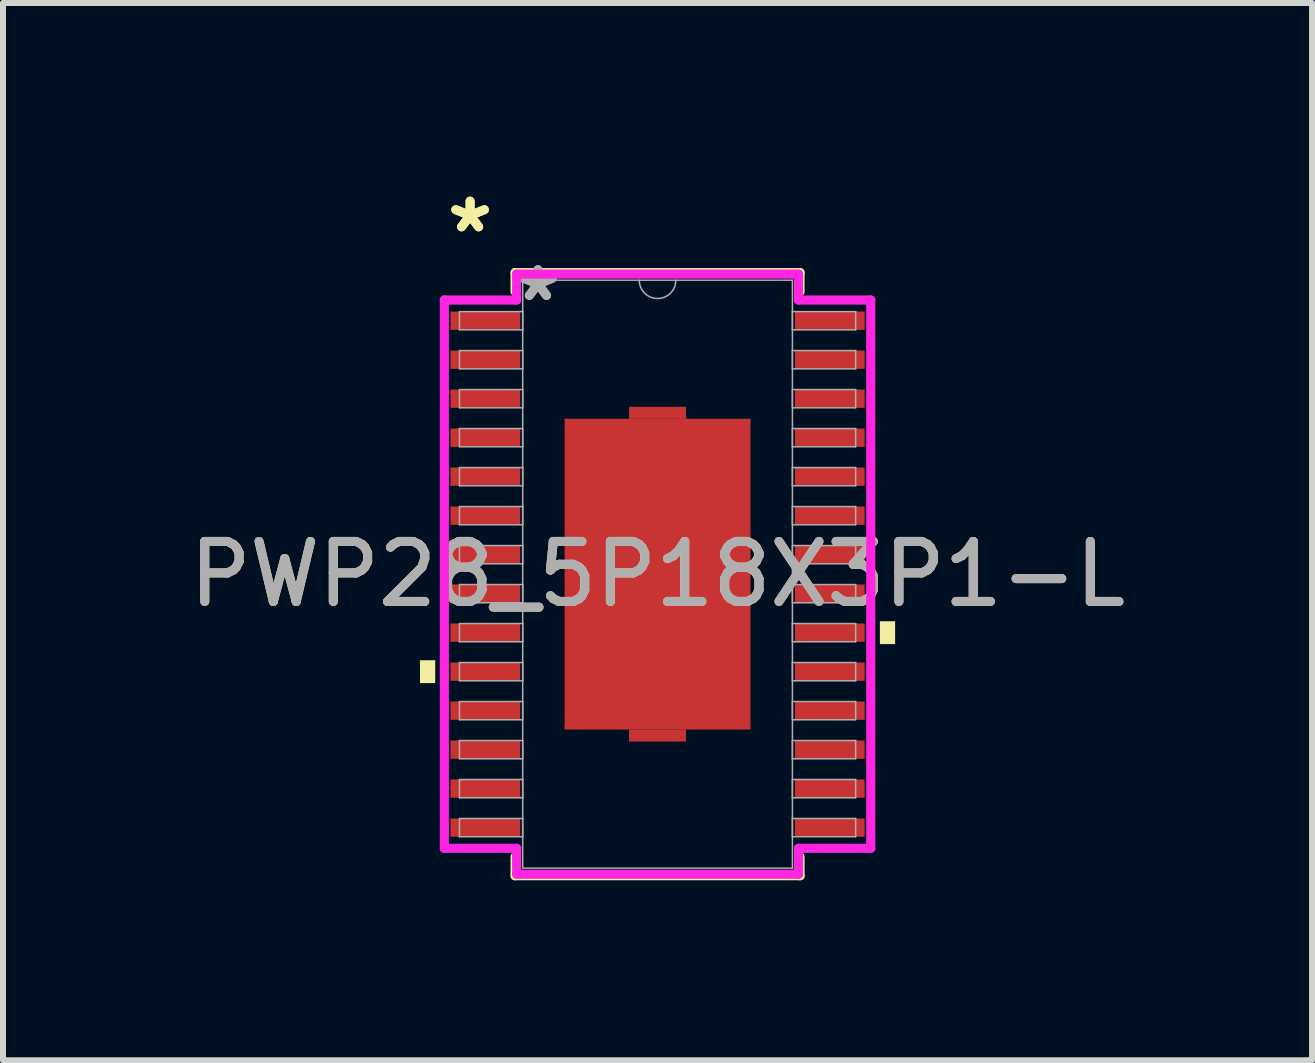
<source format=kicad_pcb>
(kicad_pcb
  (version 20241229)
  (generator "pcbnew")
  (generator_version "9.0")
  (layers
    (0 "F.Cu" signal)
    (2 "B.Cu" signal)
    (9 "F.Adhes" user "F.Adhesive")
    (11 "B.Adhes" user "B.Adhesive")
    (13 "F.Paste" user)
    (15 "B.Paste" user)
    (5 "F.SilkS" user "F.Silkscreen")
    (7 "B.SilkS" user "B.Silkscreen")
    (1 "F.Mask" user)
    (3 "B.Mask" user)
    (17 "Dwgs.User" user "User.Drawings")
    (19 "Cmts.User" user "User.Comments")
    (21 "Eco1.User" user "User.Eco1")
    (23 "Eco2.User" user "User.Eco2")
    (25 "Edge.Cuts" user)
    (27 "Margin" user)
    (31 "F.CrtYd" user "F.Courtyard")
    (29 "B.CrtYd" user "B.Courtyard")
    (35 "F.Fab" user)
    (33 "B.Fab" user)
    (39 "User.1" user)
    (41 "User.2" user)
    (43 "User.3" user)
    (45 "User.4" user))
  (footprint "PWP28_5P18X3P1-L"
    (layer "F.Cu")
    (at 7.911 6.521)
    (property "Reference" "PWP28_5P18X3P1-L" (at 0 0 0) (unlocked yes) (layer "F.SilkS") (effects (font (size 1 1) (thickness 0.15))))
    (attr smd)
    (fp_poly (pts (xy -0.475 -2.59) (xy -0.475 -2.79) (xy 0.475 -2.79) (xy 0.475 -2.59)) (stroke (width 0) (type solid)) (fill yes) (layer "F.Cu"))
    (fp_poly (pts (xy -0.475 2.59) (xy -0.475 2.79) (xy 0.475 2.79) (xy 0.475 2.59)) (stroke (width 0) (type solid)) (fill yes) (layer "F.Cu"))
    (fp_poly (pts (xy -0.475 -2.59) (xy -0.475 -2.79) (xy 0.475 -2.79) (xy 0.475 -2.59)) (stroke (width 0) (type solid)) (fill yes) (layer "F.Mask"))
    (fp_poly (pts (xy -0.475 2.59) (xy -0.475 2.79) (xy 0.475 2.79) (xy 0.475 2.59)) (stroke (width 0) (type solid)) (fill yes) (layer "F.Mask"))
    (fp_line (start -2.375 -5.027) (end -2.375 -4.71) (stroke (width 0.152) (type solid)) (layer "F.SilkS"))
    (fp_line (start -2.375 4.71) (end -2.375 5.027) (stroke (width 0.152) (type solid)) (layer "F.SilkS"))
    (fp_line (start -2.375 5.027) (end 2.375 5.027) (stroke (width 0.152) (type solid)) (layer "F.SilkS"))
    (fp_line (start 2.375 -5.027) (end -2.375 -5.027) (stroke (width 0.152) (type solid)) (layer "F.SilkS"))
    (fp_line (start 2.375 -4.71) (end 2.375 -5.027) (stroke (width 0.152) (type solid)) (layer "F.SilkS"))
    (fp_line (start 2.375 5.027) (end 2.375 4.71) (stroke (width 0.152) (type solid)) (layer "F.SilkS"))
    (fp_poly (pts (xy -3.96 1.435) (xy -3.96 1.816) (xy -3.706 1.816) (xy -3.706 1.435)) (stroke (width 0) (type solid)) (fill yes) (layer "F.SilkS"))
    (fp_poly (pts (xy 3.96 0.785) (xy 3.96 1.166) (xy 3.706 1.166) (xy 3.706 0.785)) (stroke (width 0) (type solid)) (fill yes) (layer "F.SilkS"))
    (fp_poly (pts (xy -1.45 -2.49) (xy -1.45 -1.395) (xy -0.1 -1.395) (xy -0.1 -2.49)) (stroke (width 0) (type solid)) (fill yes) (layer "F.Paste"))
    (fp_poly (pts (xy -1.45 -1.195) (xy -1.45 -0.1) (xy -0.1 -0.1) (xy -0.1 -1.195)) (stroke (width 0) (type solid)) (fill yes) (layer "F.Paste"))
    (fp_poly (pts (xy -1.45 0.1) (xy -1.45 1.195) (xy -0.1 1.195) (xy -0.1 0.1)) (stroke (width 0) (type solid)) (fill yes) (layer "F.Paste"))
    (fp_poly (pts (xy -1.45 1.395) (xy -1.45 2.49) (xy -0.1 2.49) (xy -0.1 1.395)) (stroke (width 0) (type solid)) (fill yes) (layer "F.Paste"))
    (fp_poly (pts (xy 0.1 -2.49) (xy 0.1 -1.395) (xy 1.45 -1.395) (xy 1.45 -2.49)) (stroke (width 0) (type solid)) (fill yes) (layer "F.Paste"))
    (fp_poly (pts (xy 0.1 -1.195) (xy 0.1 -0.1) (xy 1.45 -0.1) (xy 1.45 -1.195)) (stroke (width 0) (type solid)) (fill yes) (layer "F.Paste"))
    (fp_poly (pts (xy 0.1 0.1) (xy 0.1 1.195) (xy 1.45 1.195) (xy 1.45 0.1)) (stroke (width 0) (type solid)) (fill yes) (layer "F.Paste"))
    (fp_poly (pts (xy 0.1 1.395) (xy 0.1 2.49) (xy 1.45 2.49) (xy 1.45 1.395)) (stroke (width 0) (type solid)) (fill yes) (layer "F.Paste"))
    (fp_line (start -3.554 -4.57) (end -2.349 -4.57) (stroke (width 0.152) (type solid)) (layer "F.CrtYd"))
    (fp_line (start -3.554 4.57) (end -3.554 -4.57) (stroke (width 0.152) (type solid)) (layer "F.CrtYd"))
    (fp_line (start -3.554 4.57) (end -2.349 4.57) (stroke (width 0.152) (type solid)) (layer "F.CrtYd"))
    (fp_line (start -2.349 -5.002) (end 2.349 -5.002) (stroke (width 0.152) (type solid)) (layer "F.CrtYd"))
    (fp_line (start -2.349 -4.57) (end -2.349 -5.002) (stroke (width 0.152) (type solid)) (layer "F.CrtYd"))
    (fp_line (start -2.349 5.002) (end -2.349 4.57) (stroke (width 0.152) (type solid)) (layer "F.CrtYd"))
    (fp_line (start 2.349 -5.002) (end 2.349 -4.57) (stroke (width 0.152) (type solid)) (layer "F.CrtYd"))
    (fp_line (start 2.349 4.57) (end 2.349 5.002) (stroke (width 0.152) (type solid)) (layer "F.CrtYd"))
    (fp_line (start 2.349 5.002) (end -2.349 5.002) (stroke (width 0.152) (type solid)) (layer "F.CrtYd"))
    (fp_line (start 3.554 -4.57) (end 2.349 -4.57) (stroke (width 0.152) (type solid)) (layer "F.CrtYd"))
    (fp_line (start 3.554 -4.57) (end 3.554 4.57) (stroke (width 0.152) (type solid)) (layer "F.CrtYd"))
    (fp_line (start 3.554 4.57) (end 2.349 4.57) (stroke (width 0.152) (type solid)) (layer "F.CrtYd"))
    (fp_line (start -3.302 -4.377) (end -3.302 -4.073) (stroke (width 0.025) (type solid)) (layer "F.Fab"))
    (fp_line (start -3.302 -4.073) (end -2.248 -4.073) (stroke (width 0.025) (type solid)) (layer "F.Fab"))
    (fp_line (start -3.302 -3.727) (end -3.302 -3.423) (stroke (width 0.025) (type solid)) (layer "F.Fab"))
    (fp_line (start -3.302 -3.423) (end -2.248 -3.423) (stroke (width 0.025) (type solid)) (layer "F.Fab"))
    (fp_line (start -3.302 -3.077) (end -3.302 -2.773) (stroke (width 0.025) (type solid)) (layer "F.Fab"))
    (fp_line (start -3.302 -2.773) (end -2.248 -2.773) (stroke (width 0.025) (type solid)) (layer "F.Fab"))
    (fp_line (start -3.302 -2.427) (end -3.302 -2.123) (stroke (width 0.025) (type solid)) (layer "F.Fab"))
    (fp_line (start -3.302 -2.123) (end -2.248 -2.123) (stroke (width 0.025) (type solid)) (layer "F.Fab"))
    (fp_line (start -3.302 -1.777) (end -3.302 -1.473) (stroke (width 0.025) (type solid)) (layer "F.Fab"))
    (fp_line (start -3.302 -1.473) (end -2.248 -1.473) (stroke (width 0.025) (type solid)) (layer "F.Fab"))
    (fp_line (start -3.302 -1.127) (end -3.302 -0.823) (stroke (width 0.025) (type solid)) (layer "F.Fab"))
    (fp_line (start -3.302 -0.823) (end -2.248 -0.823) (stroke (width 0.025) (type solid)) (layer "F.Fab"))
    (fp_line (start -3.302 -0.477) (end -3.302 -0.173) (stroke (width 0.025) (type solid)) (layer "F.Fab"))
    (fp_line (start -3.302 -0.173) (end -2.248 -0.173) (stroke (width 0.025) (type solid)) (layer "F.Fab"))
    (fp_line (start -3.302 0.173) (end -3.302 0.477) (stroke (width 0.025) (type solid)) (layer "F.Fab"))
    (fp_line (start -3.302 0.477) (end -2.248 0.477) (stroke (width 0.025) (type solid)) (layer "F.Fab"))
    (fp_line (start -3.302 0.823) (end -3.302 1.127) (stroke (width 0.025) (type solid)) (layer "F.Fab"))
    (fp_line (start -3.302 1.127) (end -2.248 1.127) (stroke (width 0.025) (type solid)) (layer "F.Fab"))
    (fp_line (start -3.302 1.473) (end -3.302 1.777) (stroke (width 0.025) (type solid)) (layer "F.Fab"))
    (fp_line (start -3.302 1.777) (end -2.248 1.777) (stroke (width 0.025) (type solid)) (layer "F.Fab"))
    (fp_line (start -3.302 2.123) (end -3.302 2.427) (stroke (width 0.025) (type solid)) (layer "F.Fab"))
    (fp_line (start -3.302 2.427) (end -2.248 2.427) (stroke (width 0.025) (type solid)) (layer "F.Fab"))
    (fp_line (start -3.302 2.773) (end -3.302 3.077) (stroke (width 0.025) (type solid)) (layer "F.Fab"))
    (fp_line (start -3.302 3.077) (end -2.248 3.077) (stroke (width 0.025) (type solid)) (layer "F.Fab"))
    (fp_line (start -3.302 3.423) (end -3.302 3.727) (stroke (width 0.025) (type solid)) (layer "F.Fab"))
    (fp_line (start -3.302 3.727) (end -2.248 3.727) (stroke (width 0.025) (type solid)) (layer "F.Fab"))
    (fp_line (start -3.302 4.073) (end -3.302 4.377) (stroke (width 0.025) (type solid)) (layer "F.Fab"))
    (fp_line (start -3.302 4.377) (end -2.248 4.377) (stroke (width 0.025) (type solid)) (layer "F.Fab"))
    (fp_line (start -2.248 -4.9) (end -2.248 4.9) (stroke (width 0.025) (type solid)) (layer "F.Fab"))
    (fp_line (start -2.248 -4.377) (end -3.302 -4.377) (stroke (width 0.025) (type solid)) (layer "F.Fab"))
    (fp_line (start -2.248 -4.073) (end -2.248 -4.377) (stroke (width 0.025) (type solid)) (layer "F.Fab"))
    (fp_line (start -2.248 -3.727) (end -3.302 -3.727) (stroke (width 0.025) (type solid)) (layer "F.Fab"))
    (fp_line (start -2.248 -3.423) (end -2.248 -3.727) (stroke (width 0.025) (type solid)) (layer "F.Fab"))
    (fp_line (start -2.248 -3.077) (end -3.302 -3.077) (stroke (width 0.025) (type solid)) (layer "F.Fab"))
    (fp_line (start -2.248 -2.773) (end -2.248 -3.077) (stroke (width 0.025) (type solid)) (layer "F.Fab"))
    (fp_line (start -2.248 -2.427) (end -3.302 -2.427) (stroke (width 0.025) (type solid)) (layer "F.Fab"))
    (fp_line (start -2.248 -2.123) (end -2.248 -2.427) (stroke (width 0.025) (type solid)) (layer "F.Fab"))
    (fp_line (start -2.248 -1.777) (end -3.302 -1.777) (stroke (width 0.025) (type solid)) (layer "F.Fab"))
    (fp_line (start -2.248 -1.473) (end -2.248 -1.777) (stroke (width 0.025) (type solid)) (layer "F.Fab"))
    (fp_line (start -2.248 -1.127) (end -3.302 -1.127) (stroke (width 0.025) (type solid)) (layer "F.Fab"))
    (fp_line (start -2.248 -0.823) (end -2.248 -1.127) (stroke (width 0.025) (type solid)) (layer "F.Fab"))
    (fp_line (start -2.248 -0.477) (end -3.302 -0.477) (stroke (width 0.025) (type solid)) (layer "F.Fab"))
    (fp_line (start -2.248 -0.173) (end -2.248 -0.477) (stroke (width 0.025) (type solid)) (layer "F.Fab"))
    (fp_line (start -2.248 0.173) (end -3.302 0.173) (stroke (width 0.025) (type solid)) (layer "F.Fab"))
    (fp_line (start -2.248 0.477) (end -2.248 0.173) (stroke (width 0.025) (type solid)) (layer "F.Fab"))
    (fp_line (start -2.248 0.823) (end -3.302 0.823) (stroke (width 0.025) (type solid)) (layer "F.Fab"))
    (fp_line (start -2.248 1.127) (end -2.248 0.823) (stroke (width 0.025) (type solid)) (layer "F.Fab"))
    (fp_line (start -2.248 1.473) (end -3.302 1.473) (stroke (width 0.025) (type solid)) (layer "F.Fab"))
    (fp_line (start -2.248 1.777) (end -2.248 1.473) (stroke (width 0.025) (type solid)) (layer "F.Fab"))
    (fp_line (start -2.248 2.123) (end -3.302 2.123) (stroke (width 0.025) (type solid)) (layer "F.Fab"))
    (fp_line (start -2.248 2.427) (end -2.248 2.123) (stroke (width 0.025) (type solid)) (layer "F.Fab"))
    (fp_line (start -2.248 2.773) (end -3.302 2.773) (stroke (width 0.025) (type solid)) (layer "F.Fab"))
    (fp_line (start -2.248 3.077) (end -2.248 2.773) (stroke (width 0.025) (type solid)) (layer "F.Fab"))
    (fp_line (start -2.248 3.423) (end -3.302 3.423) (stroke (width 0.025) (type solid)) (layer "F.Fab"))
    (fp_line (start -2.248 3.727) (end -2.248 3.423) (stroke (width 0.025) (type solid)) (layer "F.Fab"))
    (fp_line (start -2.248 4.073) (end -3.302 4.073) (stroke (width 0.025) (type solid)) (layer "F.Fab"))
    (fp_line (start -2.248 4.377) (end -2.248 4.073) (stroke (width 0.025) (type solid)) (layer "F.Fab"))
    (fp_line (start -2.248 4.9) (end 2.248 4.9) (stroke (width 0.025) (type solid)) (layer "F.Fab"))
    (fp_line (start 2.248 -4.9) (end -2.248 -4.9) (stroke (width 0.025) (type solid)) (layer "F.Fab"))
    (fp_line (start 2.248 -4.377) (end 2.248 -4.073) (stroke (width 0.025) (type solid)) (layer "F.Fab"))
    (fp_line (start 2.248 -4.073) (end 3.302 -4.073) (stroke (width 0.025) (type solid)) (layer "F.Fab"))
    (fp_line (start 2.248 -3.727) (end 2.248 -3.423) (stroke (width 0.025) (type solid)) (layer "F.Fab"))
    (fp_line (start 2.248 -3.423) (end 3.302 -3.423) (stroke (width 0.025) (type solid)) (layer "F.Fab"))
    (fp_line (start 2.248 -3.077) (end 2.248 -2.773) (stroke (width 0.025) (type solid)) (layer "F.Fab"))
    (fp_line (start 2.248 -2.773) (end 3.302 -2.773) (stroke (width 0.025) (type solid)) (layer "F.Fab"))
    (fp_line (start 2.248 -2.427) (end 2.248 -2.123) (stroke (width 0.025) (type solid)) (layer "F.Fab"))
    (fp_line (start 2.248 -2.123) (end 3.302 -2.123) (stroke (width 0.025) (type solid)) (layer "F.Fab"))
    (fp_line (start 2.248 -1.777) (end 2.248 -1.473) (stroke (width 0.025) (type solid)) (layer "F.Fab"))
    (fp_line (start 2.248 -1.473) (end 3.302 -1.473) (stroke (width 0.025) (type solid)) (layer "F.Fab"))
    (fp_line (start 2.248 -1.127) (end 2.248 -0.823) (stroke (width 0.025) (type solid)) (layer "F.Fab"))
    (fp_line (start 2.248 -0.823) (end 3.302 -0.823) (stroke (width 0.025) (type solid)) (layer "F.Fab"))
    (fp_line (start 2.248 -0.477) (end 2.248 -0.173) (stroke (width 0.025) (type solid)) (layer "F.Fab"))
    (fp_line (start 2.248 -0.173) (end 3.302 -0.173) (stroke (width 0.025) (type solid)) (layer "F.Fab"))
    (fp_line (start 2.248 0.173) (end 2.248 0.477) (stroke (width 0.025) (type solid)) (layer "F.Fab"))
    (fp_line (start 2.248 0.477) (end 3.302 0.477) (stroke (width 0.025) (type solid)) (layer "F.Fab"))
    (fp_line (start 2.248 0.823) (end 2.248 1.127) (stroke (width 0.025) (type solid)) (layer "F.Fab"))
    (fp_line (start 2.248 1.127) (end 3.302 1.127) (stroke (width 0.025) (type solid)) (layer "F.Fab"))
    (fp_line (start 2.248 1.473) (end 2.248 1.777) (stroke (width 0.025) (type solid)) (layer "F.Fab"))
    (fp_line (start 2.248 1.777) (end 3.302 1.777) (stroke (width 0.025) (type solid)) (layer "F.Fab"))
    (fp_line (start 2.248 2.123) (end 2.248 2.427) (stroke (width 0.025) (type solid)) (layer "F.Fab"))
    (fp_line (start 2.248 2.427) (end 3.302 2.427) (stroke (width 0.025) (type solid)) (layer "F.Fab"))
    (fp_line (start 2.248 2.773) (end 2.248 3.077) (stroke (width 0.025) (type solid)) (layer "F.Fab"))
    (fp_line (start 2.248 3.077) (end 3.302 3.077) (stroke (width 0.025) (type solid)) (layer "F.Fab"))
    (fp_line (start 2.248 3.423) (end 2.248 3.727) (stroke (width 0.025) (type solid)) (layer "F.Fab"))
    (fp_line (start 2.248 3.727) (end 3.302 3.727) (stroke (width 0.025) (type solid)) (layer "F.Fab"))
    (fp_line (start 2.248 4.073) (end 2.248 4.377) (stroke (width 0.025) (type solid)) (layer "F.Fab"))
    (fp_line (start 2.248 4.377) (end 3.302 4.377) (stroke (width 0.025) (type solid)) (layer "F.Fab"))
    (fp_line (start 2.248 4.9) (end 2.248 -4.9) (stroke (width 0.025) (type solid)) (layer "F.Fab"))
    (fp_line (start 3.302 -4.377) (end 2.248 -4.377) (stroke (width 0.025) (type solid)) (layer "F.Fab"))
    (fp_line (start 3.302 -4.073) (end 3.302 -4.377) (stroke (width 0.025) (type solid)) (layer "F.Fab"))
    (fp_line (start 3.302 -3.727) (end 2.248 -3.727) (stroke (width 0.025) (type solid)) (layer "F.Fab"))
    (fp_line (start 3.302 -3.423) (end 3.302 -3.727) (stroke (width 0.025) (type solid)) (layer "F.Fab"))
    (fp_line (start 3.302 -3.077) (end 2.248 -3.077) (stroke (width 0.025) (type solid)) (layer "F.Fab"))
    (fp_line (start 3.302 -2.773) (end 3.302 -3.077) (stroke (width 0.025) (type solid)) (layer "F.Fab"))
    (fp_line (start 3.302 -2.427) (end 2.248 -2.427) (stroke (width 0.025) (type solid)) (layer "F.Fab"))
    (fp_line (start 3.302 -2.123) (end 3.302 -2.427) (stroke (width 0.025) (type solid)) (layer "F.Fab"))
    (fp_line (start 3.302 -1.777) (end 2.248 -1.777) (stroke (width 0.025) (type solid)) (layer "F.Fab"))
    (fp_line (start 3.302 -1.473) (end 3.302 -1.777) (stroke (width 0.025) (type solid)) (layer "F.Fab"))
    (fp_line (start 3.302 -1.127) (end 2.248 -1.127) (stroke (width 0.025) (type solid)) (layer "F.Fab"))
    (fp_line (start 3.302 -0.823) (end 3.302 -1.127) (stroke (width 0.025) (type solid)) (layer "F.Fab"))
    (fp_line (start 3.302 -0.477) (end 2.248 -0.477) (stroke (width 0.025) (type solid)) (layer "F.Fab"))
    (fp_line (start 3.302 -0.173) (end 3.302 -0.477) (stroke (width 0.025) (type solid)) (layer "F.Fab"))
    (fp_line (start 3.302 0.173) (end 2.248 0.173) (stroke (width 0.025) (type solid)) (layer "F.Fab"))
    (fp_line (start 3.302 0.477) (end 3.302 0.173) (stroke (width 0.025) (type solid)) (layer "F.Fab"))
    (fp_line (start 3.302 0.823) (end 2.248 0.823) (stroke (width 0.025) (type solid)) (layer "F.Fab"))
    (fp_line (start 3.302 1.127) (end 3.302 0.823) (stroke (width 0.025) (type solid)) (layer "F.Fab"))
    (fp_line (start 3.302 1.473) (end 2.248 1.473) (stroke (width 0.025) (type solid)) (layer "F.Fab"))
    (fp_line (start 3.302 1.777) (end 3.302 1.473) (stroke (width 0.025) (type solid)) (layer "F.Fab"))
    (fp_line (start 3.302 2.123) (end 2.248 2.123) (stroke (width 0.025) (type solid)) (layer "F.Fab"))
    (fp_line (start 3.302 2.427) (end 3.302 2.123) (stroke (width 0.025) (type solid)) (layer "F.Fab"))
    (fp_line (start 3.302 2.773) (end 2.248 2.773) (stroke (width 0.025) (type solid)) (layer "F.Fab"))
    (fp_line (start 3.302 3.077) (end 3.302 2.773) (stroke (width 0.025) (type solid)) (layer "F.Fab"))
    (fp_line (start 3.302 3.423) (end 2.248 3.423) (stroke (width 0.025) (type solid)) (layer "F.Fab"))
    (fp_line (start 3.302 3.727) (end 3.302 3.423) (stroke (width 0.025) (type solid)) (layer "F.Fab"))
    (fp_line (start 3.302 4.073) (end 2.248 4.073) (stroke (width 0.025) (type solid)) (layer "F.Fab"))
    (fp_line (start 3.302 4.377) (end 3.302 4.073) (stroke (width 0.025) (type solid)) (layer "F.Fab"))
    (fp_arc (start 0.3048 -4.900003) (mid 0 -4.595203) (end -0.3048 -4.900003) (stroke (width 0.0254) (type solid)) (layer "F.Fab"))
    (fp_text user "*" (at -3.125 -5.673 0) (unlocked yes) (layer "F.SilkS") (effects (font (size 1 1) (thickness 0.15))))
    (fp_text user "*" (at -3.125 -5.673 0) (layer "F.SilkS") (effects (font (size 1 1) (thickness 0.15))))
    (fp_text user "${REFERENCE}" (at 0 0 0) (unlocked yes) (layer "F.Fab") (effects (font (size 1 1) (thickness 0.15))))
    (fp_text user "*" (at -1.994 -4.53 0) (unlocked yes) (layer "F.Fab") (effects (font (size 1 1) (thickness 0.15))))
    (fp_text user "*" (at -1.994 -4.53 0) (layer "F.Fab") (effects (font (size 1 1) (thickness 0.15))))
    (pad "1" smd rect (at -2.871 -4.225) (size 1.162 0.305) (layers "F.Cu" "F.Mask" "F.Paste"))
    (pad "2" smd rect (at -2.871 -3.575) (size 1.162 0.305) (layers "F.Cu" "F.Mask" "F.Paste"))
    (pad "3" smd rect (at -2.871 -2.925) (size 1.162 0.305) (layers "F.Cu" "F.Mask" "F.Paste"))
    (pad "4" smd rect (at -2.871 -2.275) (size 1.162 0.305) (layers "F.Cu" "F.Mask" "F.Paste"))
    (pad "5" smd rect (at -2.871 -1.625) (size 1.162 0.305) (layers "F.Cu" "F.Mask" "F.Paste"))
    (pad "6" smd rect (at -2.871 -0.975) (size 1.162 0.305) (layers "F.Cu" "F.Mask" "F.Paste"))
    (pad "7" smd rect (at -2.871 -0.325) (size 1.162 0.305) (layers "F.Cu" "F.Mask" "F.Paste"))
    (pad "8" smd rect (at -2.871 0.325) (size 1.162 0.305) (layers "F.Cu" "F.Mask" "F.Paste"))
    (pad "9" smd rect (at -2.871 0.975) (size 1.162 0.305) (layers "F.Cu" "F.Mask" "F.Paste"))
    (pad "10" smd rect (at -2.871 1.625) (size 1.162 0.305) (layers "F.Cu" "F.Mask" "F.Paste"))
    (pad "11" smd rect (at -2.871 2.275) (size 1.162 0.305) (layers "F.Cu" "F.Mask" "F.Paste"))
    (pad "12" smd rect (at -2.871 2.925) (size 1.162 0.305) (layers "F.Cu" "F.Mask" "F.Paste"))
    (pad "13" smd rect (at -2.871 3.575) (size 1.162 0.305) (layers "F.Cu" "F.Mask" "F.Paste"))
    (pad "14" smd rect (at -2.871 4.225) (size 1.162 0.305) (layers "F.Cu" "F.Mask" "F.Paste"))
    (pad "15" smd rect (at 2.871 4.225) (size 1.162 0.305) (layers "F.Cu" "F.Mask" "F.Paste"))
    (pad "16" smd rect (at 2.871 3.575) (size 1.162 0.305) (layers "F.Cu" "F.Mask" "F.Paste"))
    (pad "17" smd rect (at 2.871 2.925) (size 1.162 0.305) (layers "F.Cu" "F.Mask" "F.Paste"))
    (pad "18" smd rect (at 2.871 2.275) (size 1.162 0.305) (layers "F.Cu" "F.Mask" "F.Paste"))
    (pad "19" smd rect (at 2.871 1.625) (size 1.162 0.305) (layers "F.Cu" "F.Mask" "F.Paste"))
    (pad "20" smd rect (at 2.871 0.975) (size 1.162 0.305) (layers "F.Cu" "F.Mask" "F.Paste"))
    (pad "21" smd rect (at 2.871 0.325) (size 1.162 0.305) (layers "F.Cu" "F.Mask" "F.Paste"))
    (pad "22" smd rect (at 2.871 -0.325) (size 1.162 0.305) (layers "F.Cu" "F.Mask" "F.Paste"))
    (pad "23" smd rect (at 2.871 -0.975) (size 1.162 0.305) (layers "F.Cu" "F.Mask" "F.Paste"))
    (pad "24" smd rect (at 2.871 -1.625) (size 1.162 0.305) (layers "F.Cu" "F.Mask" "F.Paste"))
    (pad "25" smd rect (at 2.871 -2.275) (size 1.162 0.305) (layers "F.Cu" "F.Mask" "F.Paste"))
    (pad "26" smd rect (at 2.871 -2.925) (size 1.162 0.305) (layers "F.Cu" "F.Mask" "F.Paste"))
    (pad "27" smd rect (at 2.871 -3.575) (size 1.162 0.305) (layers "F.Cu" "F.Mask" "F.Paste"))
    (pad "28" smd rect (at 2.871 -4.225) (size 1.162 0.305) (layers "F.Cu" "F.Mask" "F.Paste"))
    (pad "29" smd rect (at 0 0) (size 3.1 5.18) (layers "F.Cu" "F.Mask" "F.Paste")))
  (gr_rect
    (start -3 -3)
    (end 18.821 14.624)
    (stroke (width 0.1) (type default))
    (fill no)
    (layer "Edge.Cuts")))
</source>
